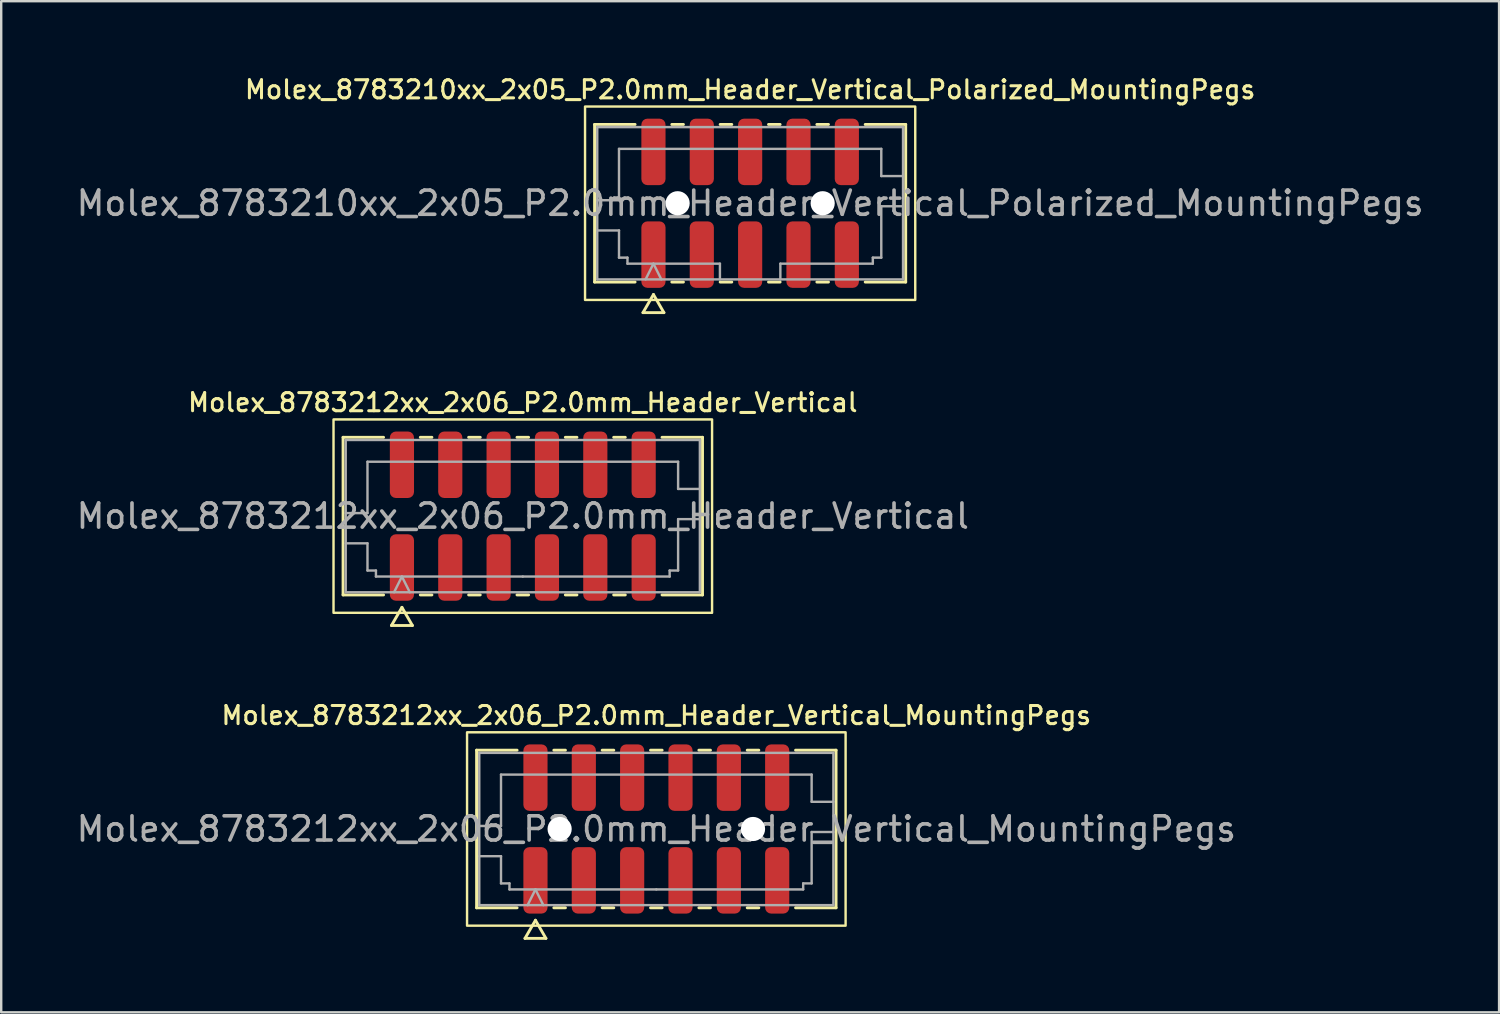
<source format=kicad_pcb>
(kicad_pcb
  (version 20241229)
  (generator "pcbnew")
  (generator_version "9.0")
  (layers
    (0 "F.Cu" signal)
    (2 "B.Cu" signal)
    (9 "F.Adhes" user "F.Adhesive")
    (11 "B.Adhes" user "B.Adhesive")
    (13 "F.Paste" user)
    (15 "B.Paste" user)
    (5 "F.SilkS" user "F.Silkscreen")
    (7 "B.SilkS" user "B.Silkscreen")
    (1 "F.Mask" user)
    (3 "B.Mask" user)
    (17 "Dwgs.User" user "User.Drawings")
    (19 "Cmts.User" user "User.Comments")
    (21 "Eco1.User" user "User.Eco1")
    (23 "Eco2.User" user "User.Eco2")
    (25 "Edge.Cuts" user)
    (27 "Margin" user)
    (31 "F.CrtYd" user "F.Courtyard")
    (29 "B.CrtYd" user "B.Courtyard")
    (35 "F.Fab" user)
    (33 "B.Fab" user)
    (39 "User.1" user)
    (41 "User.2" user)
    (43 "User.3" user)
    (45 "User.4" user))
  (footprint "Molex_8783212xx_2x06_P2.0mm_Header_Vertical"
    (layer "F.Cu")
    (at 18.577 18.301)
    (property "Reference" "Molex_8783212xx_2x06_P2.0mm_Header_Vertical" (at 0 -4.7 0) (layer "F.SilkS") (effects (font (size 0.75 0.75) (thickness 0.125))))
    (attr smd)
    (fp_line (start -7.435 -3.26) (end -5.76 -3.26) (stroke (width 0.12) (type solid)) (layer "F.SilkS"))
    (fp_line (start -7.435 3.26) (end -7.435 -3.26) (stroke (width 0.12) (type solid)) (layer "F.SilkS"))
    (fp_line (start -5.76 3.26) (end -7.435 3.26) (stroke (width 0.12) (type solid)) (layer "F.SilkS"))
    (fp_line (start -5.433 4.525) (end -5 3.775) (stroke (width 0.12) (type solid)) (layer "F.SilkS"))
    (fp_line (start -5 3.775) (end -4.567 4.525) (stroke (width 0.12) (type solid)) (layer "F.SilkS"))
    (fp_line (start -4.567 4.525) (end -5.433 4.525) (stroke (width 0.12) (type solid)) (layer "F.SilkS"))
    (fp_line (start -4.24 -3.26) (end -3.76 -3.26) (stroke (width 0.12) (type solid)) (layer "F.SilkS"))
    (fp_line (start -3.76 3.26) (end -4.24 3.26) (stroke (width 0.12) (type solid)) (layer "F.SilkS"))
    (fp_line (start -2.24 -3.26) (end -1.76 -3.26) (stroke (width 0.12) (type solid)) (layer "F.SilkS"))
    (fp_line (start -1.76 3.26) (end -2.24 3.26) (stroke (width 0.12) (type solid)) (layer "F.SilkS"))
    (fp_line (start -0.24 -3.26) (end 0.24 -3.26) (stroke (width 0.12) (type solid)) (layer "F.SilkS"))
    (fp_line (start 0.24 3.26) (end -0.24 3.26) (stroke (width 0.12) (type solid)) (layer "F.SilkS"))
    (fp_line (start 1.76 -3.26) (end 2.24 -3.26) (stroke (width 0.12) (type solid)) (layer "F.SilkS"))
    (fp_line (start 2.24 3.26) (end 1.76 3.26) (stroke (width 0.12) (type solid)) (layer "F.SilkS"))
    (fp_line (start 3.76 -3.26) (end 4.24 -3.26) (stroke (width 0.12) (type solid)) (layer "F.SilkS"))
    (fp_line (start 4.24 3.26) (end 3.76 3.26) (stroke (width 0.12) (type solid)) (layer "F.SilkS"))
    (fp_line (start 5.76 -3.26) (end 7.435 -3.26) (stroke (width 0.12) (type solid)) (layer "F.SilkS"))
    (fp_line (start 7.435 -3.26) (end 7.435 3.26) (stroke (width 0.12) (type solid)) (layer "F.SilkS"))
    (fp_line (start 7.435 3.26) (end 5.76 3.26) (stroke (width 0.12) (type solid)) (layer "F.SilkS"))
    (fp_rect (start -7.83 -4) (end 7.83 4) (stroke (width 0.1) (type solid)) (fill no) (layer "F.SilkS"))
    (fp_line (start -7.325 -3.15) (end 7.325 -3.15) (stroke (width 0.1) (type solid)) (layer "F.Fab"))
    (fp_line (start -7.325 -0.125) (end -6.425 -0.125) (stroke (width 0.1) (type solid)) (layer "F.Fab"))
    (fp_line (start -7.325 1.125) (end -6.425 1.125) (stroke (width 0.1) (type solid)) (layer "F.Fab"))
    (fp_line (start -7.325 3.15) (end -7.325 -3.15) (stroke (width 0.1) (type solid)) (layer "F.Fab"))
    (fp_line (start -6.425 -2.25) (end 6.425 -2.25) (stroke (width 0.1) (type solid)) (layer "F.Fab"))
    (fp_line (start -6.425 -0.125) (end -6.425 -2.25) (stroke (width 0.1) (type solid)) (layer "F.Fab"))
    (fp_line (start -6.425 1.125) (end -6.425 2.25) (stroke (width 0.1) (type solid)) (layer "F.Fab"))
    (fp_line (start -6.425 2.25) (end -6.075 2.25) (stroke (width 0.1) (type solid)) (layer "F.Fab"))
    (fp_line (start -6.075 2.25) (end -6.075 2.5) (stroke (width 0.1) (type solid)) (layer "F.Fab"))
    (fp_line (start -6.075 2.5) (end 0 2.5) (stroke (width 0.1) (type solid)) (layer "F.Fab"))
    (fp_line (start -5.325 3.15) (end -5 2.5) (stroke (width 0.1) (type solid)) (layer "F.Fab"))
    (fp_line (start -5 2.5) (end -4.675 3.15) (stroke (width 0.1) (type solid)) (layer "F.Fab"))
    (fp_line (start 0 2.5) (end 6.075 2.5) (stroke (width 0.1) (type solid)) (layer "F.Fab"))
    (fp_line (start 6.075 2.25) (end 6.425 2.25) (stroke (width 0.1) (type solid)) (layer "F.Fab"))
    (fp_line (start 6.075 2.5) (end 6.075 2.25) (stroke (width 0.1) (type solid)) (layer "F.Fab"))
    (fp_line (start 6.425 -2.25) (end 6.425 -1.125) (stroke (width 0.1) (type solid)) (layer "F.Fab"))
    (fp_line (start 6.425 -1.125) (end 7.325 -1.125) (stroke (width 0.1) (type solid)) (layer "F.Fab"))
    (fp_line (start 6.425 0.125) (end 7.325 0.125) (stroke (width 0.1) (type solid)) (layer "F.Fab"))
    (fp_line (start 6.425 2.25) (end 6.425 0.125) (stroke (width 0.1) (type solid)) (layer "F.Fab"))
    (fp_line (start 7.325 -3.15) (end 7.325 3.15) (stroke (width 0.1) (type solid)) (layer "F.Fab"))
    (fp_line (start 7.325 3.15) (end -7.325 3.15) (stroke (width 0.1) (type solid)) (layer "F.Fab"))
    (fp_text user "${REFERENCE}" (at 0 0 0) (layer "F.Fab") (effects (font (size 1 1) (thickness 0.15))))
    (pad "1" smd roundrect (at -5 2.125) (size 1 2.75) (layers "F.Cu" "F.Mask" "F.Paste") (roundrect_rratio 0.25))
    (pad "2" smd roundrect (at -5 -2.125) (size 1 2.75) (layers "F.Cu" "F.Mask" "F.Paste") (roundrect_rratio 0.25))
    (pad "3" smd roundrect (at -3 2.125) (size 1 2.75) (layers "F.Cu" "F.Mask" "F.Paste") (roundrect_rratio 0.25))
    (pad "4" smd roundrect (at -3 -2.125) (size 1 2.75) (layers "F.Cu" "F.Mask" "F.Paste") (roundrect_rratio 0.25))
    (pad "5" smd roundrect (at -1 2.125) (size 1 2.75) (layers "F.Cu" "F.Mask" "F.Paste") (roundrect_rratio 0.25))
    (pad "6" smd roundrect (at -1 -2.125) (size 1 2.75) (layers "F.Cu" "F.Mask" "F.Paste") (roundrect_rratio 0.25))
    (pad "7" smd roundrect (at 1 2.125) (size 1 2.75) (layers "F.Cu" "F.Mask" "F.Paste") (roundrect_rratio 0.25))
    (pad "8" smd roundrect (at 1 -2.125) (size 1 2.75) (layers "F.Cu" "F.Mask" "F.Paste") (roundrect_rratio 0.25))
    (pad "9" smd roundrect (at 3 2.125) (size 1 2.75) (layers "F.Cu" "F.Mask" "F.Paste") (roundrect_rratio 0.25))
    (pad "10" smd roundrect (at 3 -2.125) (size 1 2.75) (layers "F.Cu" "F.Mask" "F.Paste") (roundrect_rratio 0.25))
    (pad "11" smd roundrect (at 5 2.125) (size 1 2.75) (layers "F.Cu" "F.Mask" "F.Paste") (roundrect_rratio 0.25))
    (pad "12" smd roundrect (at 5 -2.125) (size 1 2.75) (layers "F.Cu" "F.Mask" "F.Paste") (roundrect_rratio 0.25)))
  (footprint "Molex_8783212xx_2x06_P2.0mm_Header_Vertical_MountingPegs"
    (layer "F.Cu")
    (at 24.101 31.244)
    (property "Reference" "Molex_8783212xx_2x06_P2.0mm_Header_Vertical_MountingPegs" (at 0 -4.7 0) (layer "F.SilkS") (effects (font (size 0.75 0.75) (thickness 0.125))))
    (attr smd)
    (fp_line (start -7.435 -3.26) (end -5.76 -3.26) (stroke (width 0.12) (type solid)) (layer "F.SilkS"))
    (fp_line (start -7.435 3.26) (end -7.435 -3.26) (stroke (width 0.12) (type solid)) (layer "F.SilkS"))
    (fp_line (start -5.76 3.26) (end -7.435 3.26) (stroke (width 0.12) (type solid)) (layer "F.SilkS"))
    (fp_line (start -5.433 4.525) (end -5 3.775) (stroke (width 0.12) (type solid)) (layer "F.SilkS"))
    (fp_line (start -5 3.775) (end -4.567 4.525) (stroke (width 0.12) (type solid)) (layer "F.SilkS"))
    (fp_line (start -4.567 4.525) (end -5.433 4.525) (stroke (width 0.12) (type solid)) (layer "F.SilkS"))
    (fp_line (start -4.24 -3.26) (end -3.76 -3.26) (stroke (width 0.12) (type solid)) (layer "F.SilkS"))
    (fp_line (start -3.76 3.26) (end -4.24 3.26) (stroke (width 0.12) (type solid)) (layer "F.SilkS"))
    (fp_line (start -2.24 -3.26) (end -1.76 -3.26) (stroke (width 0.12) (type solid)) (layer "F.SilkS"))
    (fp_line (start -1.76 3.26) (end -2.24 3.26) (stroke (width 0.12) (type solid)) (layer "F.SilkS"))
    (fp_line (start -0.24 -3.26) (end 0.24 -3.26) (stroke (width 0.12) (type solid)) (layer "F.SilkS"))
    (fp_line (start 0.24 3.26) (end -0.24 3.26) (stroke (width 0.12) (type solid)) (layer "F.SilkS"))
    (fp_line (start 1.76 -3.26) (end 2.24 -3.26) (stroke (width 0.12) (type solid)) (layer "F.SilkS"))
    (fp_line (start 2.24 3.26) (end 1.76 3.26) (stroke (width 0.12) (type solid)) (layer "F.SilkS"))
    (fp_line (start 3.76 -3.26) (end 4.24 -3.26) (stroke (width 0.12) (type solid)) (layer "F.SilkS"))
    (fp_line (start 4.24 3.26) (end 3.76 3.26) (stroke (width 0.12) (type solid)) (layer "F.SilkS"))
    (fp_line (start 5.76 -3.26) (end 7.435 -3.26) (stroke (width 0.12) (type solid)) (layer "F.SilkS"))
    (fp_line (start 7.435 -3.26) (end 7.435 3.26) (stroke (width 0.12) (type solid)) (layer "F.SilkS"))
    (fp_line (start 7.435 3.26) (end 5.76 3.26) (stroke (width 0.12) (type solid)) (layer "F.SilkS"))
    (fp_rect (start -7.83 -4) (end 7.83 4) (stroke (width 0.1) (type solid)) (fill no) (layer "F.SilkS"))
    (fp_line (start -7.325 -3.15) (end 7.325 -3.15) (stroke (width 0.1) (type solid)) (layer "F.Fab"))
    (fp_line (start -7.325 -0.125) (end -6.425 -0.125) (stroke (width 0.1) (type solid)) (layer "F.Fab"))
    (fp_line (start -7.325 1.125) (end -6.425 1.125) (stroke (width 0.1) (type solid)) (layer "F.Fab"))
    (fp_line (start -7.325 3.15) (end -7.325 -3.15) (stroke (width 0.1) (type solid)) (layer "F.Fab"))
    (fp_line (start -6.425 -2.25) (end 6.425 -2.25) (stroke (width 0.1) (type solid)) (layer "F.Fab"))
    (fp_line (start -6.425 -0.125) (end -6.425 -2.25) (stroke (width 0.1) (type solid)) (layer "F.Fab"))
    (fp_line (start -6.425 1.125) (end -6.425 2.25) (stroke (width 0.1) (type solid)) (layer "F.Fab"))
    (fp_line (start -6.425 2.25) (end -6.075 2.25) (stroke (width 0.1) (type solid)) (layer "F.Fab"))
    (fp_line (start -6.075 2.25) (end -6.075 2.5) (stroke (width 0.1) (type solid)) (layer "F.Fab"))
    (fp_line (start -6.075 2.5) (end 0 2.5) (stroke (width 0.1) (type solid)) (layer "F.Fab"))
    (fp_line (start -5.325 3.15) (end -5 2.5) (stroke (width 0.1) (type solid)) (layer "F.Fab"))
    (fp_line (start -5 2.5) (end -4.675 3.15) (stroke (width 0.1) (type solid)) (layer "F.Fab"))
    (fp_line (start 0 2.5) (end 6.075 2.5) (stroke (width 0.1) (type solid)) (layer "F.Fab"))
    (fp_line (start 6.075 2.25) (end 6.425 2.25) (stroke (width 0.1) (type solid)) (layer "F.Fab"))
    (fp_line (start 6.075 2.5) (end 6.075 2.25) (stroke (width 0.1) (type solid)) (layer "F.Fab"))
    (fp_line (start 6.425 -2.25) (end 6.425 -1.125) (stroke (width 0.1) (type solid)) (layer "F.Fab"))
    (fp_line (start 6.425 -1.125) (end 7.325 -1.125) (stroke (width 0.1) (type solid)) (layer "F.Fab"))
    (fp_line (start 6.425 0.125) (end 7.325 0.125) (stroke (width 0.1) (type solid)) (layer "F.Fab"))
    (fp_line (start 6.425 2.25) (end 6.425 0.125) (stroke (width 0.1) (type solid)) (layer "F.Fab"))
    (fp_line (start 7.325 -3.15) (end 7.325 3.15) (stroke (width 0.1) (type solid)) (layer "F.Fab"))
    (fp_line (start 7.325 3.15) (end -7.325 3.15) (stroke (width 0.1) (type solid)) (layer "F.Fab"))
    (fp_text user "${REFERENCE}" (at 0 0 0) (layer "F.Fab") (effects (font (size 1 1) (thickness 0.15))))
    (pad "" np_thru_hole circle (at -4 0) (size 1 1) (drill 1) (layers "*.Cu" "*.Mask"))
    (pad "" np_thru_hole circle (at 4 0) (size 1 1) (drill 1) (layers "*.Cu" "*.Mask"))
    (pad "1" smd roundrect (at -5 2.125) (size 1 2.75) (layers "F.Cu" "F.Mask" "F.Paste") (roundrect_rratio 0.25))
    (pad "2" smd roundrect (at -5 -2.125) (size 1 2.75) (layers "F.Cu" "F.Mask" "F.Paste") (roundrect_rratio 0.25))
    (pad "3" smd roundrect (at -3 2.125) (size 1 2.75) (layers "F.Cu" "F.Mask" "F.Paste") (roundrect_rratio 0.25))
    (pad "4" smd roundrect (at -3 -2.125) (size 1 2.75) (layers "F.Cu" "F.Mask" "F.Paste") (roundrect_rratio 0.25))
    (pad "5" smd roundrect (at -1 2.125) (size 1 2.75) (layers "F.Cu" "F.Mask" "F.Paste") (roundrect_rratio 0.25))
    (pad "6" smd roundrect (at -1 -2.125) (size 1 2.75) (layers "F.Cu" "F.Mask" "F.Paste") (roundrect_rratio 0.25))
    (pad "7" smd roundrect (at 1 2.125) (size 1 2.75) (layers "F.Cu" "F.Mask" "F.Paste") (roundrect_rratio 0.25))
    (pad "8" smd roundrect (at 1 -2.125) (size 1 2.75) (layers "F.Cu" "F.Mask" "F.Paste") (roundrect_rratio 0.25))
    (pad "9" smd roundrect (at 3 2.125) (size 1 2.75) (layers "F.Cu" "F.Mask" "F.Paste") (roundrect_rratio 0.25))
    (pad "10" smd roundrect (at 3 -2.125) (size 1 2.75) (layers "F.Cu" "F.Mask" "F.Paste") (roundrect_rratio 0.25))
    (pad "11" smd roundrect (at 5 2.125) (size 1 2.75) (layers "F.Cu" "F.Mask" "F.Paste") (roundrect_rratio 0.25))
    (pad "12" smd roundrect (at 5 -2.125) (size 1 2.75) (layers "F.Cu" "F.Mask" "F.Paste") (roundrect_rratio 0.25)))
  (footprint "Molex_8783210xx_2x05_P2.0mm_Header_Vertical_Polarized_MountingPegs"
    (layer "F.Cu")
    (at 27.982 5.358)
    (property "Reference" "Molex_8783210xx_2x05_P2.0mm_Header_Vertical_Polarized_MountingPegs" (at 0 -4.7 0) (layer "F.SilkS") (effects (font (size 0.75 0.75) (thickness 0.125))))
    (attr smd)
    (fp_line (start -6.435 -3.26) (end -4.76 -3.26) (stroke (width 0.12) (type solid)) (layer "F.SilkS"))
    (fp_line (start -6.435 3.26) (end -6.435 -3.26) (stroke (width 0.12) (type solid)) (layer "F.SilkS"))
    (fp_line (start -4.76 3.26) (end -6.435 3.26) (stroke (width 0.12) (type solid)) (layer "F.SilkS"))
    (fp_line (start -4.433 4.525) (end -4 3.775) (stroke (width 0.12) (type solid)) (layer "F.SilkS"))
    (fp_line (start -4 3.775) (end -3.567 4.525) (stroke (width 0.12) (type solid)) (layer "F.SilkS"))
    (fp_line (start -3.567 4.525) (end -4.433 4.525) (stroke (width 0.12) (type solid)) (layer "F.SilkS"))
    (fp_line (start -3.24 -3.26) (end -2.76 -3.26) (stroke (width 0.12) (type solid)) (layer "F.SilkS"))
    (fp_line (start -2.76 3.26) (end -3.24 3.26) (stroke (width 0.12) (type solid)) (layer "F.SilkS"))
    (fp_line (start -1.24 -3.26) (end -0.76 -3.26) (stroke (width 0.12) (type solid)) (layer "F.SilkS"))
    (fp_line (start -0.76 3.26) (end -1.24 3.26) (stroke (width 0.12) (type solid)) (layer "F.SilkS"))
    (fp_line (start 0.76 -3.26) (end 1.24 -3.26) (stroke (width 0.12) (type solid)) (layer "F.SilkS"))
    (fp_line (start 1.24 3.26) (end 0.76 3.26) (stroke (width 0.12) (type solid)) (layer "F.SilkS"))
    (fp_line (start 2.76 -3.26) (end 3.24 -3.26) (stroke (width 0.12) (type solid)) (layer "F.SilkS"))
    (fp_line (start 3.24 3.26) (end 2.76 3.26) (stroke (width 0.12) (type solid)) (layer "F.SilkS"))
    (fp_line (start 4.76 -3.26) (end 6.435 -3.26) (stroke (width 0.12) (type solid)) (layer "F.SilkS"))
    (fp_line (start 6.435 -3.26) (end 6.435 3.26) (stroke (width 0.12) (type solid)) (layer "F.SilkS"))
    (fp_line (start 6.435 3.26) (end 4.76 3.26) (stroke (width 0.12) (type solid)) (layer "F.SilkS"))
    (fp_rect (start -6.83 -4) (end 6.83 4) (stroke (width 0.1) (type solid)) (fill no) (layer "F.SilkS"))
    (fp_line (start -6.325 -3.15) (end 6.325 -3.15) (stroke (width 0.1) (type solid)) (layer "F.Fab"))
    (fp_line (start -6.325 -0.125) (end -5.425 -0.125) (stroke (width 0.1) (type solid)) (layer "F.Fab"))
    (fp_line (start -6.325 1.125) (end -5.425 1.125) (stroke (width 0.1) (type solid)) (layer "F.Fab"))
    (fp_line (start -6.325 3.15) (end -6.325 -3.15) (stroke (width 0.1) (type solid)) (layer "F.Fab"))
    (fp_line (start -5.425 -2.25) (end 5.425 -2.25) (stroke (width 0.1) (type solid)) (layer "F.Fab"))
    (fp_line (start -5.425 -0.125) (end -5.425 -2.25) (stroke (width 0.1) (type solid)) (layer "F.Fab"))
    (fp_line (start -5.425 1.125) (end -5.425 2.25) (stroke (width 0.1) (type solid)) (layer "F.Fab"))
    (fp_line (start -5.425 2.25) (end -5.075 2.25) (stroke (width 0.1) (type solid)) (layer "F.Fab"))
    (fp_line (start -5.075 2.25) (end -5.075 2.5) (stroke (width 0.1) (type solid)) (layer "F.Fab"))
    (fp_line (start -5.075 2.5) (end -1.25 2.5) (stroke (width 0.1) (type solid)) (layer "F.Fab"))
    (fp_line (start -4.325 3.15) (end -4 2.5) (stroke (width 0.1) (type solid)) (layer "F.Fab"))
    (fp_line (start -4 2.5) (end -3.675 3.15) (stroke (width 0.1) (type solid)) (layer "F.Fab"))
    (fp_line (start -1.25 2.5) (end -1.25 3.15) (stroke (width 0.1) (type solid)) (layer "F.Fab"))
    (fp_line (start 1.25 2.5) (end 1.25 3.15) (stroke (width 0.1) (type solid)) (layer "F.Fab"))
    (fp_line (start 1.25 2.5) (end 5.075 2.5) (stroke (width 0.1) (type solid)) (layer "F.Fab"))
    (fp_line (start 5.075 2.25) (end 5.425 2.25) (stroke (width 0.1) (type solid)) (layer "F.Fab"))
    (fp_line (start 5.075 2.5) (end 5.075 2.25) (stroke (width 0.1) (type solid)) (layer "F.Fab"))
    (fp_line (start 5.425 -2.25) (end 5.425 -1.125) (stroke (width 0.1) (type solid)) (layer "F.Fab"))
    (fp_line (start 5.425 -1.125) (end 6.325 -1.125) (stroke (width 0.1) (type solid)) (layer "F.Fab"))
    (fp_line (start 5.425 0.125) (end 6.325 0.125) (stroke (width 0.1) (type solid)) (layer "F.Fab"))
    (fp_line (start 5.425 2.25) (end 5.425 0.125) (stroke (width 0.1) (type solid)) (layer "F.Fab"))
    (fp_line (start 6.325 -3.15) (end 6.325 3.15) (stroke (width 0.1) (type solid)) (layer "F.Fab"))
    (fp_line (start 6.325 3.15) (end -6.325 3.15) (stroke (width 0.1) (type solid)) (layer "F.Fab"))
    (fp_text user "${REFERENCE}" (at 0 0 0) (layer "F.Fab") (effects (font (size 1 1) (thickness 0.15))))
    (pad "" np_thru_hole circle (at -3 0) (size 1 1) (drill 1) (layers "*.Cu" "*.Mask"))
    (pad "" np_thru_hole circle (at 3 0) (size 1 1) (drill 1) (layers "*.Cu" "*.Mask"))
    (pad "1" smd roundrect (at -4 2.125) (size 1 2.75) (layers "F.Cu" "F.Mask" "F.Paste") (roundrect_rratio 0.25))
    (pad "2" smd roundrect (at -4 -2.125) (size 1 2.75) (layers "F.Cu" "F.Mask" "F.Paste") (roundrect_rratio 0.25))
    (pad "3" smd roundrect (at -2 2.125) (size 1 2.75) (layers "F.Cu" "F.Mask" "F.Paste") (roundrect_rratio 0.25))
    (pad "4" smd roundrect (at -2 -2.125) (size 1 2.75) (layers "F.Cu" "F.Mask" "F.Paste") (roundrect_rratio 0.25))
    (pad "5" smd roundrect (at 0 2.125) (size 1 2.75) (layers "F.Cu" "F.Mask" "F.Paste") (roundrect_rratio 0.25))
    (pad "6" smd roundrect (at 0 -2.125) (size 1 2.75) (layers "F.Cu" "F.Mask" "F.Paste") (roundrect_rratio 0.25))
    (pad "7" smd roundrect (at 2 2.125) (size 1 2.75) (layers "F.Cu" "F.Mask" "F.Paste") (roundrect_rratio 0.25))
    (pad "8" smd roundrect (at 2 -2.125) (size 1 2.75) (layers "F.Cu" "F.Mask" "F.Paste") (roundrect_rratio 0.25))
    (pad "9" smd roundrect (at 4 2.125) (size 1 2.75) (layers "F.Cu" "F.Mask" "F.Paste") (roundrect_rratio 0.25))
    (pad "10" smd roundrect (at 4 -2.125) (size 1 2.75) (layers "F.Cu" "F.Mask" "F.Paste") (roundrect_rratio 0.25)))
  (gr_rect
    (start -3 -3)
    (end 58.964 38.829)
    (stroke (width 0.1) (type default))
    (fill no)
    (layer "Edge.Cuts")))
</source>
